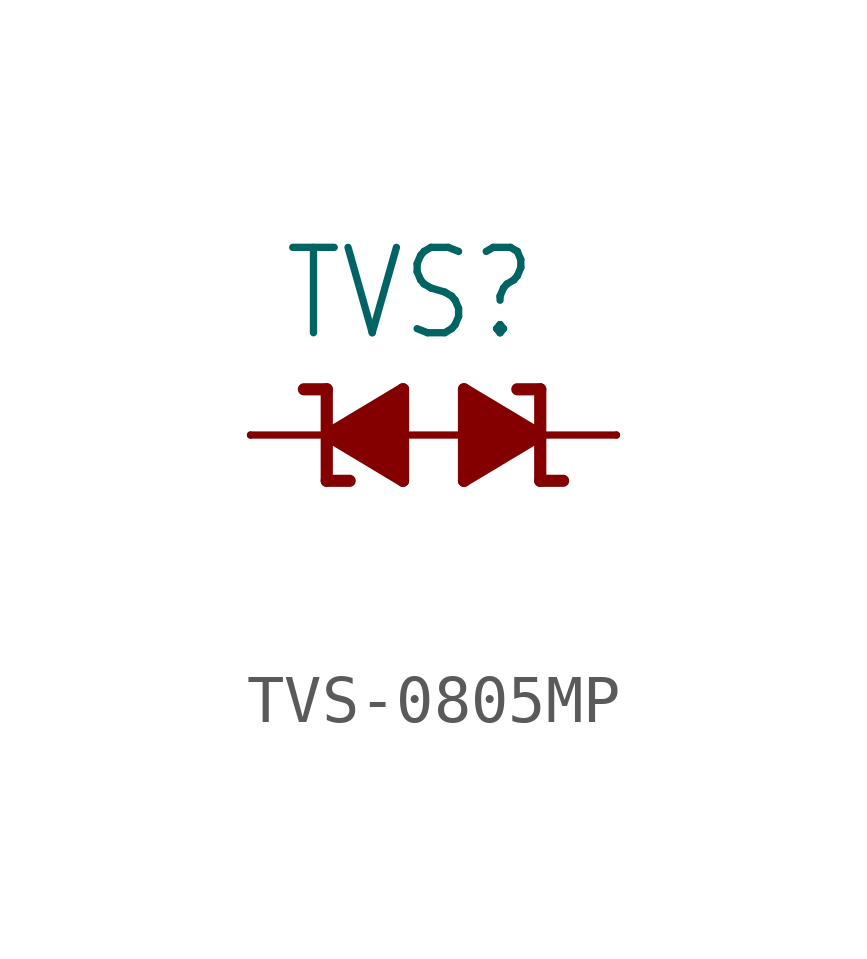
<source format=kicad_sym>
(kicad_symbol_lib
  (version 20231120)
  (generator "kicad_symbol_editor")
  (generator_version "8.0")
  (symbol "TVS-0805MP"
    (property "Reference" "TVS"
      (at -4.445 1.905 0)
      (effects (font (size 1.778 1.511)) (justify left bottom)))
    (property "Value" ""
      (at -4.445 -3.81 0)
      (effects (font (size 1.778 1.511)) (justify left bottom)))
    (property "ki_locked" ""
      (at 0 0 0)
      (effects (font (size 1.27 1.27))))
    (symbol "TVS-0805MP_1_0"
      (polyline (pts (xy -5.08 0) (xy 2.54 0)) (stroke (width 0.152) (type solid)) (fill (type none)))
      (polyline (pts (xy -3.493 -0.953) (xy -3.493 0)) (stroke (width 0.254) (type solid)) (fill (type none)))
      (polyline (pts (xy -3.493 0) (xy -3.493 0.953)) (stroke (width 0.254) (type solid)) (fill (type none)))
      (polyline (pts (xy -3.493 0) (xy -1.905 -0.953)) (stroke (width 0.254) (type solid)) (fill (type none)))
      (polyline (pts (xy -3.493 0.953) (xy -3.969 0.953)) (stroke (width 0.254) (type solid)) (fill (type none)))
      (polyline (pts (xy -3.016 -0.953) (xy -3.493 -0.953)) (stroke (width 0.254) (type solid)) (fill (type none)))
      (polyline (pts (xy -1.905 -0.953) (xy -1.905 0.953)) (stroke (width 0.254) (type solid)) (fill (type none)))
      (polyline (pts (xy -1.905 0.953) (xy -3.493 0)) (stroke (width 0.254) (type solid)) (fill (type none)))
      (polyline (pts (xy -0.635 -0.953) (xy 0.953 0)) (stroke (width 0.254) (type solid)) (fill (type none)))
      (polyline (pts (xy -0.635 0.953) (xy -0.635 -0.953)) (stroke (width 0.254) (type solid)) (fill (type none)))
      (polyline (pts (xy 0.476 0.953) (xy 0.953 0.953)) (stroke (width 0.254) (type solid)) (fill (type none)))
      (polyline (pts (xy 0.953 -0.953) (xy 1.429 -0.953)) (stroke (width 0.254) (type solid)) (fill (type none)))
      (polyline (pts (xy 0.953 0) (xy -0.635 0.953)) (stroke (width 0.254) (type solid)) (fill (type none)))
      (polyline (pts (xy 0.953 0) (xy 0.953 -0.953)) (stroke (width 0.254) (type solid)) (fill (type none)))
      (polyline (pts (xy 0.953 0.953) (xy 0.953 0)) (stroke (width 0.254) (type solid)) (fill (type none)))
      (polyline (pts (xy -1.905 -0.953) (xy -3.493 0) (xy -1.905 0.953)) (stroke (width 0.152) (type solid)) (fill (type outline)))
      (polyline (pts (xy -0.635 0.953) (xy 0.953 0) (xy -0.635 -0.953)) (stroke (width 0.152) (type solid)) (fill (type outline)))
      (pin passive line (at -5.08 0 0) (length 0) (name "1" (effects (font (size 0 0)))) (number "1" (effects (font (size 0 0)))))
      (pin passive line (at 2.54 0 180) (length 0) (name "2" (effects (font (size 0 0)))) (number "2" (effects (font (size 0 0))))))))
</source>
